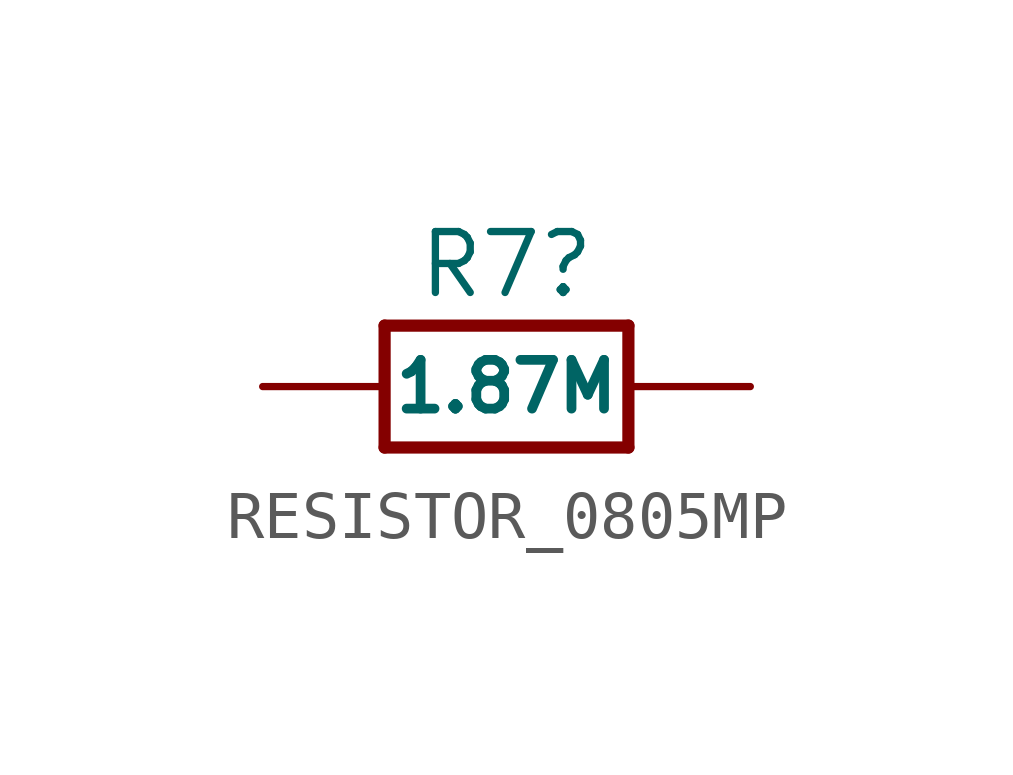
<source format=kicad_sym>
(kicad_symbol_lib
  (version 20220914)
  (generator kicad_symbol_editor)
  (symbol "RESISTOR_0805MP"
    (property "Reference" "R7"
      (at 0 2.54 0)
      (effects (font (size 1.27 1.27))))
    (property "Value" "1.87M"
      (at 0 0 0)
      (effects (font (size 1.016 1.016) bold)))
    (property "ki_locked" ""
      (at 0 0 0)
      (effects (font (size 1.27 1.27))))
    (symbol "RESISTOR_0805MP_1_0"
      (polyline (pts (xy -2.54 -1.27) (xy -2.54 1.27)) (stroke (width 0.254) (type solid)) (fill (type none)))
      (polyline (pts (xy -2.54 1.27) (xy 2.54 1.27)) (stroke (width 0.254) (type solid)) (fill (type none)))
      (polyline (pts (xy 2.54 -1.27) (xy -2.54 -1.27)) (stroke (width 0.254) (type solid)) (fill (type none)))
      (polyline (pts (xy 2.54 1.27) (xy 2.54 -1.27)) (stroke (width 0.254) (type solid)) (fill (type none)))
      (pin passive line (at -5.08 0 0) (length 2.54) (name "1" (effects (font (size 0 0)))) (number "1" (effects (font (size 0 0)))))
      (pin passive line (at 5.08 0 180) (length 2.54) (name "2" (effects (font (size 0 0)))) (number "2" (effects (font (size 0 0))))))))
</source>
